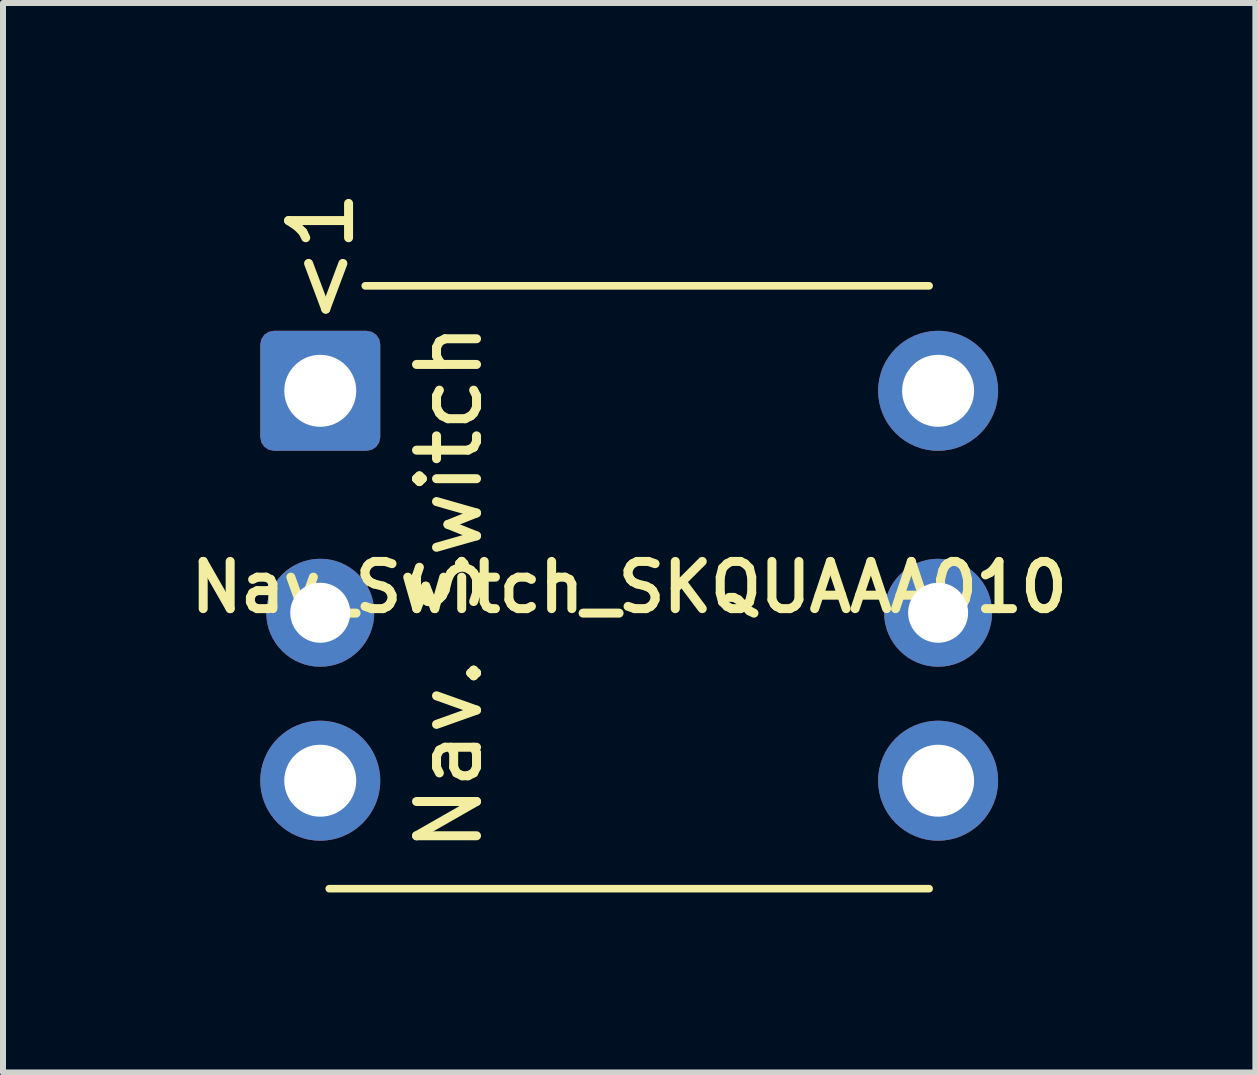
<source format=kicad_pcb>
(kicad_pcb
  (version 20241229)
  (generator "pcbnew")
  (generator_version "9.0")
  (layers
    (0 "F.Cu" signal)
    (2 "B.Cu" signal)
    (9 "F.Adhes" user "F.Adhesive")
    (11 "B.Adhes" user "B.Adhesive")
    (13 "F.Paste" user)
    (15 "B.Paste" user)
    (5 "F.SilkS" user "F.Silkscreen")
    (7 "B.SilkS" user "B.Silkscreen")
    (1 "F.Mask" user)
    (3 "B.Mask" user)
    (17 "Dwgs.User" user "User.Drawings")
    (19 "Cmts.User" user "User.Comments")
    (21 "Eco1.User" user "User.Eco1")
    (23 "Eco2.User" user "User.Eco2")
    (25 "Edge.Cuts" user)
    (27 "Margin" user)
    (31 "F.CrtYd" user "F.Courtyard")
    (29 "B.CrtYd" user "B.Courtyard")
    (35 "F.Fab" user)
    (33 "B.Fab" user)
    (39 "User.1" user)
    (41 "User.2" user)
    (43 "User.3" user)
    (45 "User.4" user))
  (footprint "Nav_Switch_SKQUAAA010"
    (layer "F.Cu")
    (at 7.439 6.74)
    (property "Reference" "Nav_Switch_SKQUAAA010" (at 0 0 0) (layer "F.SilkS") (effects (font (size 0.787 0.787) (thickness 0.15))))
    (attr through_hole)
    (fp_line (start -5 5.025) (end 5 5.025) (stroke (width 0.127) (type solid)) (layer "F.SilkS"))
    (fp_line (start -4.4 -5.025) (end 5 -5.025) (stroke (width 0.127) (type solid)) (layer "F.SilkS"))
    (fp_text user "<1" (at -4.548 -4.3 90) (unlocked yes) (layer "F.SilkS") (effects (font (size 1 1) (thickness 0.15)) (justify left bottom)))
    (fp_text user "Nav. Switch" (at -3 0 90) (unlocked yes) (layer "F.SilkS") (effects (font (size 1 1) (thickness 0.15))))
    (pad "1" thru_hole roundrect (at -5.15 -3.275) (size 2 2) (drill 1.2) (layers "*.Cu" "*.Mask") (roundrect_rratio 0.114))
    (pad "2" thru_hole circle (at -5.15 0.425) (size 1.8 1.8) (drill 1) (layers "*.Cu" "*.Mask"))
    (pad "3" thru_hole circle (at -5.15 3.225) (size 2 2) (drill 1.2) (layers "*.Cu" "*.Mask"))
    (pad "4" thru_hole circle (at 5.15 3.225) (size 2 2) (drill 1.2) (layers "*.Cu" "*.Mask"))
    (pad "5" thru_hole circle (at 5.15 0.425) (size 1.8 1.8) (drill 1) (layers "*.Cu" "*.Mask"))
    (pad "6" thru_hole circle (at 5.15 -3.275) (size 2 2) (drill 1.2) (layers "*.Cu" "*.Mask")))
  (gr_rect
    (start -3 -3)
    (end 17.878 14.829)
    (stroke (width 0.1) (type default))
    (fill no)
    (layer "Edge.Cuts")))
</source>
